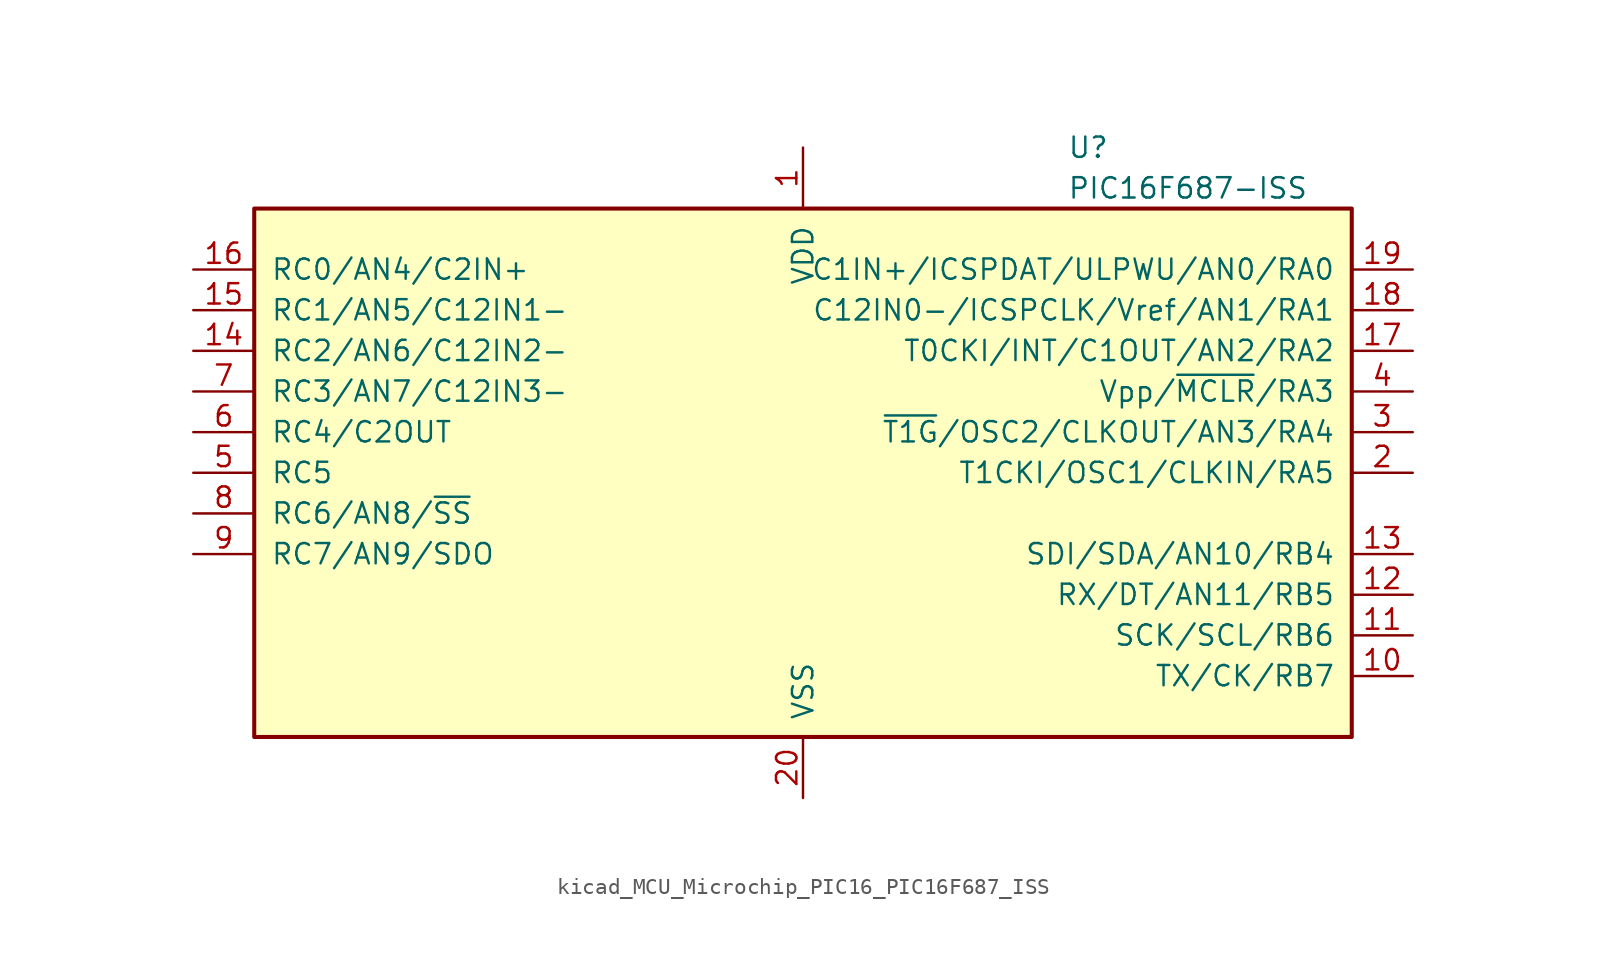
<source format=kicad_sym>
(kicad_symbol_lib
  (version 20220914)
  (generator kicad_symbol_editor)
  (symbol "kicad_MCU_Microchip_PIC16_PIC16F687_ISS"
    (pin_names
      (offset 1.016))
    (property "Reference" "U"
      (at 16.51 20.32 0)
      (effects (font (size 1.27 1.27)) (justify left)))
    (property "Value" "PIC16F687-ISS"
      (at 16.51 17.78 0)
      (effects (font (size 1.27 1.27)) (justify left)))
    (symbol "kicad_MCU_Microchip_PIC16_PIC16F687_ISS_0_1"
      (rectangle (start -34.29 16.51) (end 34.29 -16.51) (stroke (width 0.254) (type default)) (fill (type background))))
    (symbol "kicad_MCU_Microchip_PIC16_PIC16F687_ISS_1_1"
      (pin power_in line (at 0 20.32 270) (length 3.81) (name "VDD" (effects (font (size 1.27 1.27)))) (number "1" (effects (font (size 1.27 1.27)))))
      (pin bidirectional line (at 38.1 -12.7 180) (length 3.81) (name "TX/CK/RB7" (effects (font (size 1.27 1.27)))) (number "10" (effects (font (size 1.27 1.27)))))
      (pin bidirectional line (at 38.1 -10.16 180) (length 3.81) (name "SCK/SCL/RB6" (effects (font (size 1.27 1.27)))) (number "11" (effects (font (size 1.27 1.27)))))
      (pin bidirectional line (at 38.1 -7.62 180) (length 3.81) (name "RX/DT/AN11/RB5" (effects (font (size 1.27 1.27)))) (number "12" (effects (font (size 1.27 1.27)))))
      (pin bidirectional line (at 38.1 -5.08 180) (length 3.81) (name "SDI/SDA/AN10/RB4" (effects (font (size 1.27 1.27)))) (number "13" (effects (font (size 1.27 1.27)))))
      (pin bidirectional line (at -38.1 7.62 0) (length 3.81) (name "RC2/AN6/C12IN2-" (effects (font (size 1.27 1.27)))) (number "14" (effects (font (size 1.27 1.27)))))
      (pin bidirectional line (at -38.1 10.16 0) (length 3.81) (name "RC1/AN5/C12IN1-" (effects (font (size 1.27 1.27)))) (number "15" (effects (font (size 1.27 1.27)))))
      (pin bidirectional line (at -38.1 12.7 0) (length 3.81) (name "RC0/AN4/C2IN+" (effects (font (size 1.27 1.27)))) (number "16" (effects (font (size 1.27 1.27)))))
      (pin bidirectional line (at 38.1 7.62 180) (length 3.81) (name "T0CKI/INT/C1OUT/AN2/RA2" (effects (font (size 1.27 1.27)))) (number "17" (effects (font (size 1.27 1.27)))))
      (pin bidirectional line (at 38.1 10.16 180) (length 3.81) (name "C12IN0-/ICSPCLK/Vref/AN1/RA1" (effects (font (size 1.27 1.27)))) (number "18" (effects (font (size 1.27 1.27)))))
      (pin bidirectional line (at 38.1 12.7 180) (length 3.81) (name "C1IN+/ICSPDAT/ULPWU/AN0/RA0" (effects (font (size 1.27 1.27)))) (number "19" (effects (font (size 1.27 1.27)))))
      (pin bidirectional line (at 38.1 0 180) (length 3.81) (name "T1CKI/OSC1/CLKIN/RA5" (effects (font (size 1.27 1.27)))) (number "2" (effects (font (size 1.27 1.27)))))
      (pin power_in line (at 0 -20.32 90) (length 3.81) (name "VSS" (effects (font (size 1.27 1.27)))) (number "20" (effects (font (size 1.27 1.27)))))
      (pin bidirectional line (at 38.1 2.54 180) (length 3.81) (name "~{T1G}/OSC2/CLKOUT/AN3/RA4" (effects (font (size 1.27 1.27)))) (number "3" (effects (font (size 1.27 1.27)))))
      (pin input line (at 38.1 5.08 180) (length 3.81) (name "Vpp/~{MCLR}/RA3" (effects (font (size 1.27 1.27)))) (number "4" (effects (font (size 1.27 1.27)))))
      (pin bidirectional line (at -38.1 0 0) (length 3.81) (name "RC5" (effects (font (size 1.27 1.27)))) (number "5" (effects (font (size 1.27 1.27)))))
      (pin bidirectional line (at -38.1 2.54 0) (length 3.81) (name "RC4/C2OUT" (effects (font (size 1.27 1.27)))) (number "6" (effects (font (size 1.27 1.27)))))
      (pin bidirectional line (at -38.1 5.08 0) (length 3.81) (name "RC3/AN7/C12IN3-" (effects (font (size 1.27 1.27)))) (number "7" (effects (font (size 1.27 1.27)))))
      (pin bidirectional line (at -38.1 -2.54 0) (length 3.81) (name "RC6/AN8/~{SS}" (effects (font (size 1.27 1.27)))) (number "8" (effects (font (size 1.27 1.27)))))
      (pin bidirectional line (at -38.1 -5.08 0) (length 3.81) (name "RC7/AN9/SDO" (effects (font (size 1.27 1.27)))) (number "9" (effects (font (size 1.27 1.27))))))))
</source>
